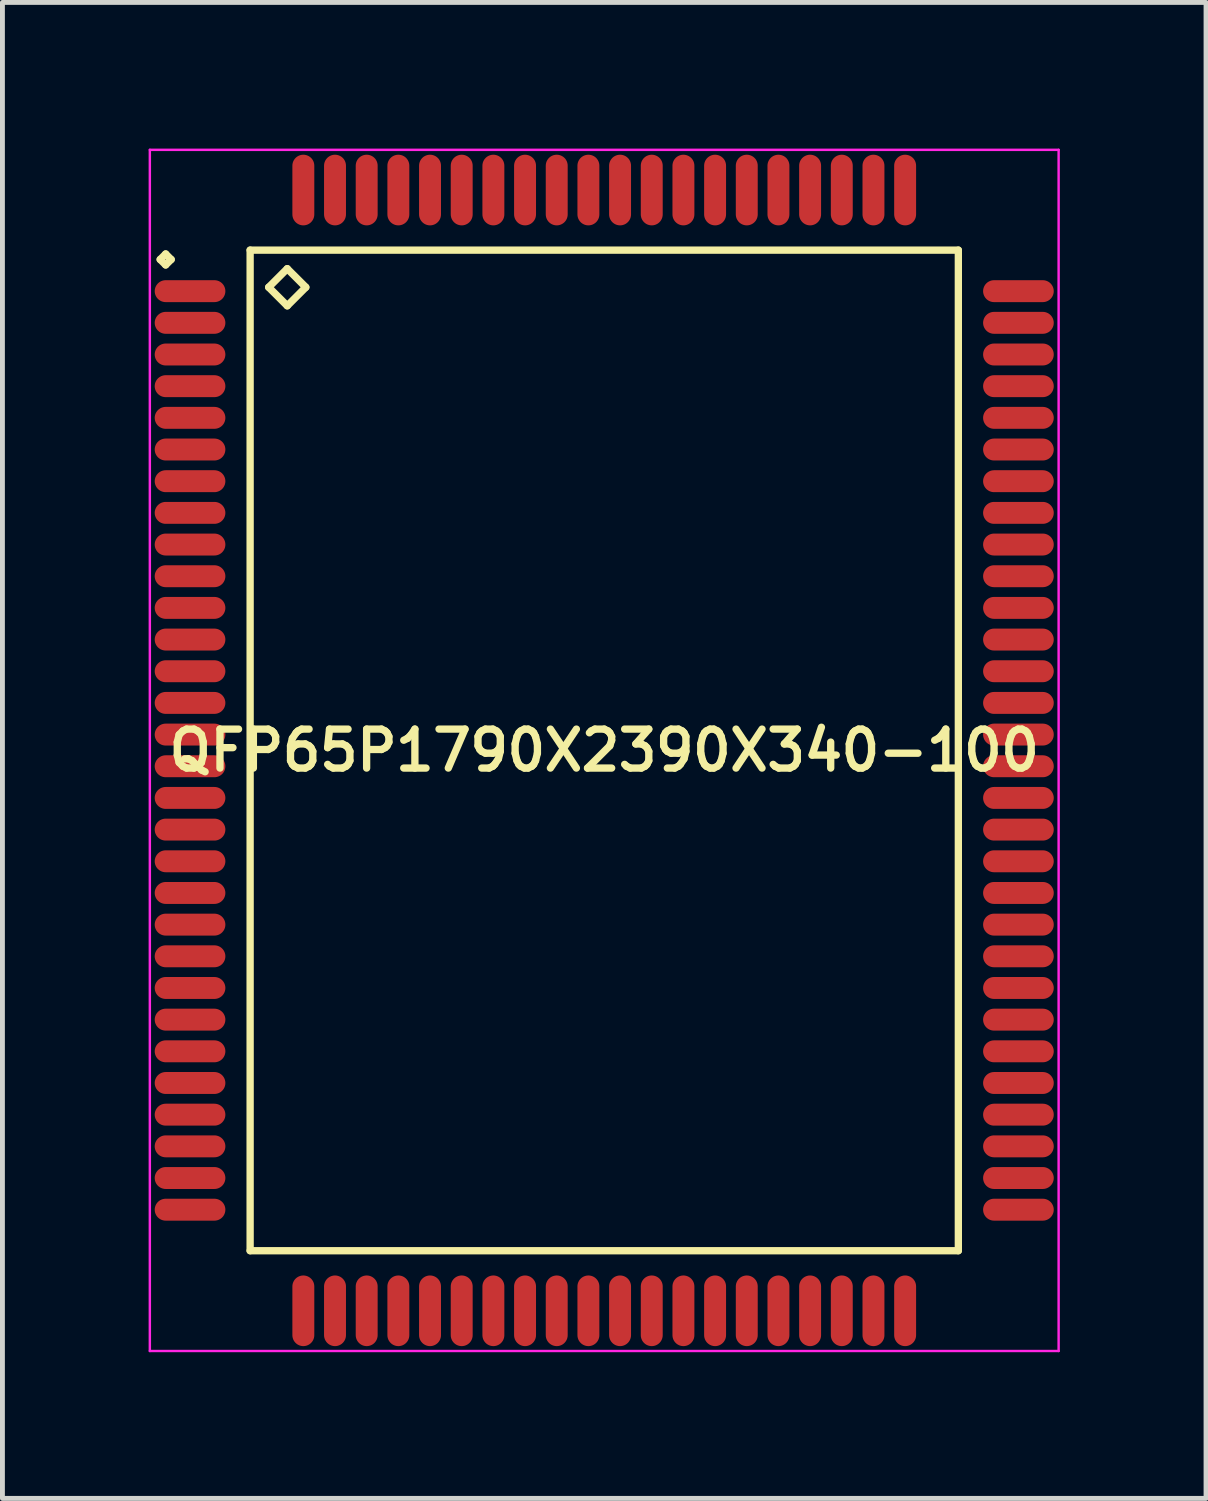
<source format=kicad_pcb>
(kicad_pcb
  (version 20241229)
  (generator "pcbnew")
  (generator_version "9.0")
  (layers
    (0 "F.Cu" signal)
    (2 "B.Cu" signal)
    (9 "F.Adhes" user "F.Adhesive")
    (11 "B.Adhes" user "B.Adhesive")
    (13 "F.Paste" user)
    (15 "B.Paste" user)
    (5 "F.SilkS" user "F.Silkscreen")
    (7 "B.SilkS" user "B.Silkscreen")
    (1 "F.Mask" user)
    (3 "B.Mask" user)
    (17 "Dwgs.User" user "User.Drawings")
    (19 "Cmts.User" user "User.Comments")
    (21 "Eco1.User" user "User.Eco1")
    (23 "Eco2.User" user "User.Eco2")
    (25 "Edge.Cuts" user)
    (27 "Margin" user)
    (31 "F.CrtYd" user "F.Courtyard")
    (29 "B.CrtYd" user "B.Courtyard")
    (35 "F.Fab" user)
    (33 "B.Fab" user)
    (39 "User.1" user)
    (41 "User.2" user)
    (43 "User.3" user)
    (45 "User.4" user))
  (footprint "QFP65P1790X2390X340-100"
    (layer "F.Cu")
    (at 9.35 12.35)
    (property "Reference" "QFP65P1790X2390X340-100" (at 0 0 0) (layer "F.SilkS") (effects (font (size 0.8 0.8) (thickness 0.15))))
    (attr smd)
    (fp_line (start -9.113 -10.075) (end -9 -10.188) (stroke (width 0.15) (type solid)) (layer "F.SilkS"))
    (fp_line (start -9 -10.188) (end -8.887 -10.075) (stroke (width 0.15) (type solid)) (layer "F.SilkS"))
    (fp_line (start -9 -9.963) (end -9.113 -10.075) (stroke (width 0.15) (type solid)) (layer "F.SilkS"))
    (fp_line (start -8.887 -10.075) (end -9 -9.963) (stroke (width 0.15) (type solid)) (layer "F.SilkS"))
    (fp_line (start -7.267 -10.267) (end -7.267 10.267) (stroke (width 0.15) (type solid)) (layer "F.SilkS"))
    (fp_line (start -7.267 10.267) (end 7.267 10.267) (stroke (width 0.15) (type solid)) (layer "F.SilkS"))
    (fp_line (start -6.886 -9.505) (end -6.505 -9.886) (stroke (width 0.15) (type solid)) (layer "F.SilkS"))
    (fp_line (start -6.505 -9.886) (end -6.124 -9.505) (stroke (width 0.15) (type solid)) (layer "F.SilkS"))
    (fp_line (start -6.505 -9.124) (end -6.886 -9.505) (stroke (width 0.15) (type solid)) (layer "F.SilkS"))
    (fp_line (start -6.124 -9.505) (end -6.505 -9.124) (stroke (width 0.15) (type solid)) (layer "F.SilkS"))
    (fp_line (start 7.267 -10.267) (end -7.267 -10.267) (stroke (width 0.15) (type solid)) (layer "F.SilkS"))
    (fp_line (start 7.267 10.267) (end 7.267 -10.267) (stroke (width 0.15) (type solid)) (layer "F.SilkS"))
    (fp_line (start -9.325 -12.325) (end 9.325 -12.325) (stroke (width 0.05) (type solid)) (layer "F.CrtYd"))
    (fp_line (start -9.325 12.325) (end -9.325 -12.325) (stroke (width 0.05) (type solid)) (layer "F.CrtYd"))
    (fp_line (start 9.325 -12.325) (end 9.325 12.325) (stroke (width 0.05) (type solid)) (layer "F.CrtYd"))
    (fp_line (start 9.325 12.325) (end -9.325 12.325) (stroke (width 0.05) (type solid)) (layer "F.CrtYd"))
    (pad "1" smd oval (at -8.5 -9.425) (size 1.45 0.45) (layers "F.Cu" "F.Mask" "F.Paste"))
    (pad "2" smd oval (at -8.5 -8.775) (size 1.45 0.45) (layers "F.Cu" "F.Mask" "F.Paste"))
    (pad "3" smd oval (at -8.5 -8.125) (size 1.45 0.45) (layers "F.Cu" "F.Mask" "F.Paste"))
    (pad "4" smd oval (at -8.5 -7.475) (size 1.45 0.45) (layers "F.Cu" "F.Mask" "F.Paste"))
    (pad "5" smd oval (at -8.5 -6.825) (size 1.45 0.45) (layers "F.Cu" "F.Mask" "F.Paste"))
    (pad "6" smd oval (at -8.5 -6.175) (size 1.45 0.45) (layers "F.Cu" "F.Mask" "F.Paste"))
    (pad "7" smd oval (at -8.5 -5.525) (size 1.45 0.45) (layers "F.Cu" "F.Mask" "F.Paste"))
    (pad "8" smd oval (at -8.5 -4.875) (size 1.45 0.45) (layers "F.Cu" "F.Mask" "F.Paste"))
    (pad "9" smd oval (at -8.5 -4.225) (size 1.45 0.45) (layers "F.Cu" "F.Mask" "F.Paste"))
    (pad "10" smd oval (at -8.5 -3.575) (size 1.45 0.45) (layers "F.Cu" "F.Mask" "F.Paste"))
    (pad "11" smd oval (at -8.5 -2.925) (size 1.45 0.45) (layers "F.Cu" "F.Mask" "F.Paste"))
    (pad "12" smd oval (at -8.5 -2.275) (size 1.45 0.45) (layers "F.Cu" "F.Mask" "F.Paste"))
    (pad "13" smd oval (at -8.5 -1.625) (size 1.45 0.45) (layers "F.Cu" "F.Mask" "F.Paste"))
    (pad "14" smd oval (at -8.5 -0.975) (size 1.45 0.45) (layers "F.Cu" "F.Mask" "F.Paste"))
    (pad "15" smd oval (at -8.5 -0.325) (size 1.45 0.45) (layers "F.Cu" "F.Mask" "F.Paste"))
    (pad "16" smd oval (at -8.5 0.325) (size 1.45 0.45) (layers "F.Cu" "F.Mask" "F.Paste"))
    (pad "17" smd oval (at -8.5 0.975) (size 1.45 0.45) (layers "F.Cu" "F.Mask" "F.Paste"))
    (pad "18" smd oval (at -8.5 1.625) (size 1.45 0.45) (layers "F.Cu" "F.Mask" "F.Paste"))
    (pad "19" smd oval (at -8.5 2.275) (size 1.45 0.45) (layers "F.Cu" "F.Mask" "F.Paste"))
    (pad "20" smd oval (at -8.5 2.925) (size 1.45 0.45) (layers "F.Cu" "F.Mask" "F.Paste"))
    (pad "21" smd oval (at -8.5 3.575) (size 1.45 0.45) (layers "F.Cu" "F.Mask" "F.Paste"))
    (pad "22" smd oval (at -8.5 4.225) (size 1.45 0.45) (layers "F.Cu" "F.Mask" "F.Paste"))
    (pad "23" smd oval (at -8.5 4.875) (size 1.45 0.45) (layers "F.Cu" "F.Mask" "F.Paste"))
    (pad "24" smd oval (at -8.5 5.525) (size 1.45 0.45) (layers "F.Cu" "F.Mask" "F.Paste"))
    (pad "25" smd oval (at -8.5 6.175) (size 1.45 0.45) (layers "F.Cu" "F.Mask" "F.Paste"))
    (pad "26" smd oval (at -8.5 6.825) (size 1.45 0.45) (layers "F.Cu" "F.Mask" "F.Paste"))
    (pad "27" smd oval (at -8.5 7.475) (size 1.45 0.45) (layers "F.Cu" "F.Mask" "F.Paste"))
    (pad "28" smd oval (at -8.5 8.125) (size 1.45 0.45) (layers "F.Cu" "F.Mask" "F.Paste"))
    (pad "29" smd oval (at -8.5 8.775) (size 1.45 0.45) (layers "F.Cu" "F.Mask" "F.Paste"))
    (pad "30" smd oval (at -8.5 9.425) (size 1.45 0.45) (layers "F.Cu" "F.Mask" "F.Paste"))
    (pad "31" smd oval (at -6.175 11.5) (size 0.45 1.45) (layers "F.Cu" "F.Mask" "F.Paste"))
    (pad "32" smd oval (at -5.525 11.5) (size 0.45 1.45) (layers "F.Cu" "F.Mask" "F.Paste"))
    (pad "33" smd oval (at -4.875 11.5) (size 0.45 1.45) (layers "F.Cu" "F.Mask" "F.Paste"))
    (pad "34" smd oval (at -4.225 11.5) (size 0.45 1.45) (layers "F.Cu" "F.Mask" "F.Paste"))
    (pad "35" smd oval (at -3.575 11.5) (size 0.45 1.45) (layers "F.Cu" "F.Mask" "F.Paste"))
    (pad "36" smd oval (at -2.925 11.5) (size 0.45 1.45) (layers "F.Cu" "F.Mask" "F.Paste"))
    (pad "37" smd oval (at -2.275 11.5) (size 0.45 1.45) (layers "F.Cu" "F.Mask" "F.Paste"))
    (pad "38" smd oval (at -1.625 11.5) (size 0.45 1.45) (layers "F.Cu" "F.Mask" "F.Paste"))
    (pad "39" smd oval (at -0.975 11.5) (size 0.45 1.45) (layers "F.Cu" "F.Mask" "F.Paste"))
    (pad "40" smd oval (at -0.325 11.5) (size 0.45 1.45) (layers "F.Cu" "F.Mask" "F.Paste"))
    (pad "41" smd oval (at 0.325 11.5) (size 0.45 1.45) (layers "F.Cu" "F.Mask" "F.Paste"))
    (pad "42" smd oval (at 0.975 11.5) (size 0.45 1.45) (layers "F.Cu" "F.Mask" "F.Paste"))
    (pad "43" smd oval (at 1.625 11.5) (size 0.45 1.45) (layers "F.Cu" "F.Mask" "F.Paste"))
    (pad "44" smd oval (at 2.275 11.5) (size 0.45 1.45) (layers "F.Cu" "F.Mask" "F.Paste"))
    (pad "45" smd oval (at 2.925 11.5) (size 0.45 1.45) (layers "F.Cu" "F.Mask" "F.Paste"))
    (pad "46" smd oval (at 3.575 11.5) (size 0.45 1.45) (layers "F.Cu" "F.Mask" "F.Paste"))
    (pad "47" smd oval (at 4.225 11.5) (size 0.45 1.45) (layers "F.Cu" "F.Mask" "F.Paste"))
    (pad "48" smd oval (at 4.875 11.5) (size 0.45 1.45) (layers "F.Cu" "F.Mask" "F.Paste"))
    (pad "49" smd oval (at 5.525 11.5) (size 0.45 1.45) (layers "F.Cu" "F.Mask" "F.Paste"))
    (pad "50" smd oval (at 6.175 11.5) (size 0.45 1.45) (layers "F.Cu" "F.Mask" "F.Paste"))
    (pad "51" smd oval (at 8.5 9.425) (size 1.45 0.45) (layers "F.Cu" "F.Mask" "F.Paste"))
    (pad "52" smd oval (at 8.5 8.775) (size 1.45 0.45) (layers "F.Cu" "F.Mask" "F.Paste"))
    (pad "53" smd oval (at 8.5 8.125) (size 1.45 0.45) (layers "F.Cu" "F.Mask" "F.Paste"))
    (pad "54" smd oval (at 8.5 7.475) (size 1.45 0.45) (layers "F.Cu" "F.Mask" "F.Paste"))
    (pad "55" smd oval (at 8.5 6.825) (size 1.45 0.45) (layers "F.Cu" "F.Mask" "F.Paste"))
    (pad "56" smd oval (at 8.5 6.175) (size 1.45 0.45) (layers "F.Cu" "F.Mask" "F.Paste"))
    (pad "57" smd oval (at 8.5 5.525) (size 1.45 0.45) (layers "F.Cu" "F.Mask" "F.Paste"))
    (pad "58" smd oval (at 8.5 4.875) (size 1.45 0.45) (layers "F.Cu" "F.Mask" "F.Paste"))
    (pad "59" smd oval (at 8.5 4.225) (size 1.45 0.45) (layers "F.Cu" "F.Mask" "F.Paste"))
    (pad "60" smd oval (at 8.5 3.575) (size 1.45 0.45) (layers "F.Cu" "F.Mask" "F.Paste"))
    (pad "61" smd oval (at 8.5 2.925) (size 1.45 0.45) (layers "F.Cu" "F.Mask" "F.Paste"))
    (pad "62" smd oval (at 8.5 2.275) (size 1.45 0.45) (layers "F.Cu" "F.Mask" "F.Paste"))
    (pad "63" smd oval (at 8.5 1.625) (size 1.45 0.45) (layers "F.Cu" "F.Mask" "F.Paste"))
    (pad "64" smd oval (at 8.5 0.975) (size 1.45 0.45) (layers "F.Cu" "F.Mask" "F.Paste"))
    (pad "65" smd oval (at 8.5 0.325) (size 1.45 0.45) (layers "F.Cu" "F.Mask" "F.Paste"))
    (pad "66" smd oval (at 8.5 -0.325) (size 1.45 0.45) (layers "F.Cu" "F.Mask" "F.Paste"))
    (pad "67" smd oval (at 8.5 -0.975) (size 1.45 0.45) (layers "F.Cu" "F.Mask" "F.Paste"))
    (pad "68" smd oval (at 8.5 -1.625) (size 1.45 0.45) (layers "F.Cu" "F.Mask" "F.Paste"))
    (pad "69" smd oval (at 8.5 -2.275) (size 1.45 0.45) (layers "F.Cu" "F.Mask" "F.Paste"))
    (pad "70" smd oval (at 8.5 -2.925) (size 1.45 0.45) (layers "F.Cu" "F.Mask" "F.Paste"))
    (pad "71" smd oval (at 8.5 -3.575) (size 1.45 0.45) (layers "F.Cu" "F.Mask" "F.Paste"))
    (pad "72" smd oval (at 8.5 -4.225) (size 1.45 0.45) (layers "F.Cu" "F.Mask" "F.Paste"))
    (pad "73" smd oval (at 8.5 -4.875) (size 1.45 0.45) (layers "F.Cu" "F.Mask" "F.Paste"))
    (pad "74" smd oval (at 8.5 -5.525) (size 1.45 0.45) (layers "F.Cu" "F.Mask" "F.Paste"))
    (pad "75" smd oval (at 8.5 -6.175) (size 1.45 0.45) (layers "F.Cu" "F.Mask" "F.Paste"))
    (pad "76" smd oval (at 8.5 -6.825) (size 1.45 0.45) (layers "F.Cu" "F.Mask" "F.Paste"))
    (pad "77" smd oval (at 8.5 -7.475) (size 1.45 0.45) (layers "F.Cu" "F.Mask" "F.Paste"))
    (pad "78" smd oval (at 8.5 -8.125) (size 1.45 0.45) (layers "F.Cu" "F.Mask" "F.Paste"))
    (pad "79" smd oval (at 8.5 -8.775) (size 1.45 0.45) (layers "F.Cu" "F.Mask" "F.Paste"))
    (pad "80" smd oval (at 8.5 -9.425) (size 1.45 0.45) (layers "F.Cu" "F.Mask" "F.Paste"))
    (pad "81" smd oval (at 6.175 -11.5) (size 0.45 1.45) (layers "F.Cu" "F.Mask" "F.Paste"))
    (pad "82" smd oval (at 5.525 -11.5) (size 0.45 1.45) (layers "F.Cu" "F.Mask" "F.Paste"))
    (pad "83" smd oval (at 4.875 -11.5) (size 0.45 1.45) (layers "F.Cu" "F.Mask" "F.Paste"))
    (pad "84" smd oval (at 4.225 -11.5) (size 0.45 1.45) (layers "F.Cu" "F.Mask" "F.Paste"))
    (pad "85" smd oval (at 3.575 -11.5) (size 0.45 1.45) (layers "F.Cu" "F.Mask" "F.Paste"))
    (pad "86" smd oval (at 2.925 -11.5) (size 0.45 1.45) (layers "F.Cu" "F.Mask" "F.Paste"))
    (pad "87" smd oval (at 2.275 -11.5) (size 0.45 1.45) (layers "F.Cu" "F.Mask" "F.Paste"))
    (pad "88" smd oval (at 1.625 -11.5) (size 0.45 1.45) (layers "F.Cu" "F.Mask" "F.Paste"))
    (pad "89" smd oval (at 0.975 -11.5) (size 0.45 1.45) (layers "F.Cu" "F.Mask" "F.Paste"))
    (pad "90" smd oval (at 0.325 -11.5) (size 0.45 1.45) (layers "F.Cu" "F.Mask" "F.Paste"))
    (pad "91" smd oval (at -0.325 -11.5) (size 0.45 1.45) (layers "F.Cu" "F.Mask" "F.Paste"))
    (pad "92" smd oval (at -0.975 -11.5) (size 0.45 1.45) (layers "F.Cu" "F.Mask" "F.Paste"))
    (pad "93" smd oval (at -1.625 -11.5) (size 0.45 1.45) (layers "F.Cu" "F.Mask" "F.Paste"))
    (pad "94" smd oval (at -2.275 -11.5) (size 0.45 1.45) (layers "F.Cu" "F.Mask" "F.Paste"))
    (pad "95" smd oval (at -2.925 -11.5) (size 0.45 1.45) (layers "F.Cu" "F.Mask" "F.Paste"))
    (pad "96" smd oval (at -3.575 -11.5) (size 0.45 1.45) (layers "F.Cu" "F.Mask" "F.Paste"))
    (pad "97" smd oval (at -4.225 -11.5) (size 0.45 1.45) (layers "F.Cu" "F.Mask" "F.Paste"))
    (pad "98" smd oval (at -4.875 -11.5) (size 0.45 1.45) (layers "F.Cu" "F.Mask" "F.Paste"))
    (pad "99" smd oval (at -5.525 -11.5) (size 0.45 1.45) (layers "F.Cu" "F.Mask" "F.Paste"))
    (pad "100" smd oval (at -6.175 -11.5) (size 0.45 1.45) (layers "F.Cu" "F.Mask" "F.Paste")))
  (gr_rect
    (start -3 -3)
    (end 21.7 27.7)
    (stroke (width 0.1) (type default))
    (fill no)
    (layer "Edge.Cuts")))
</source>
